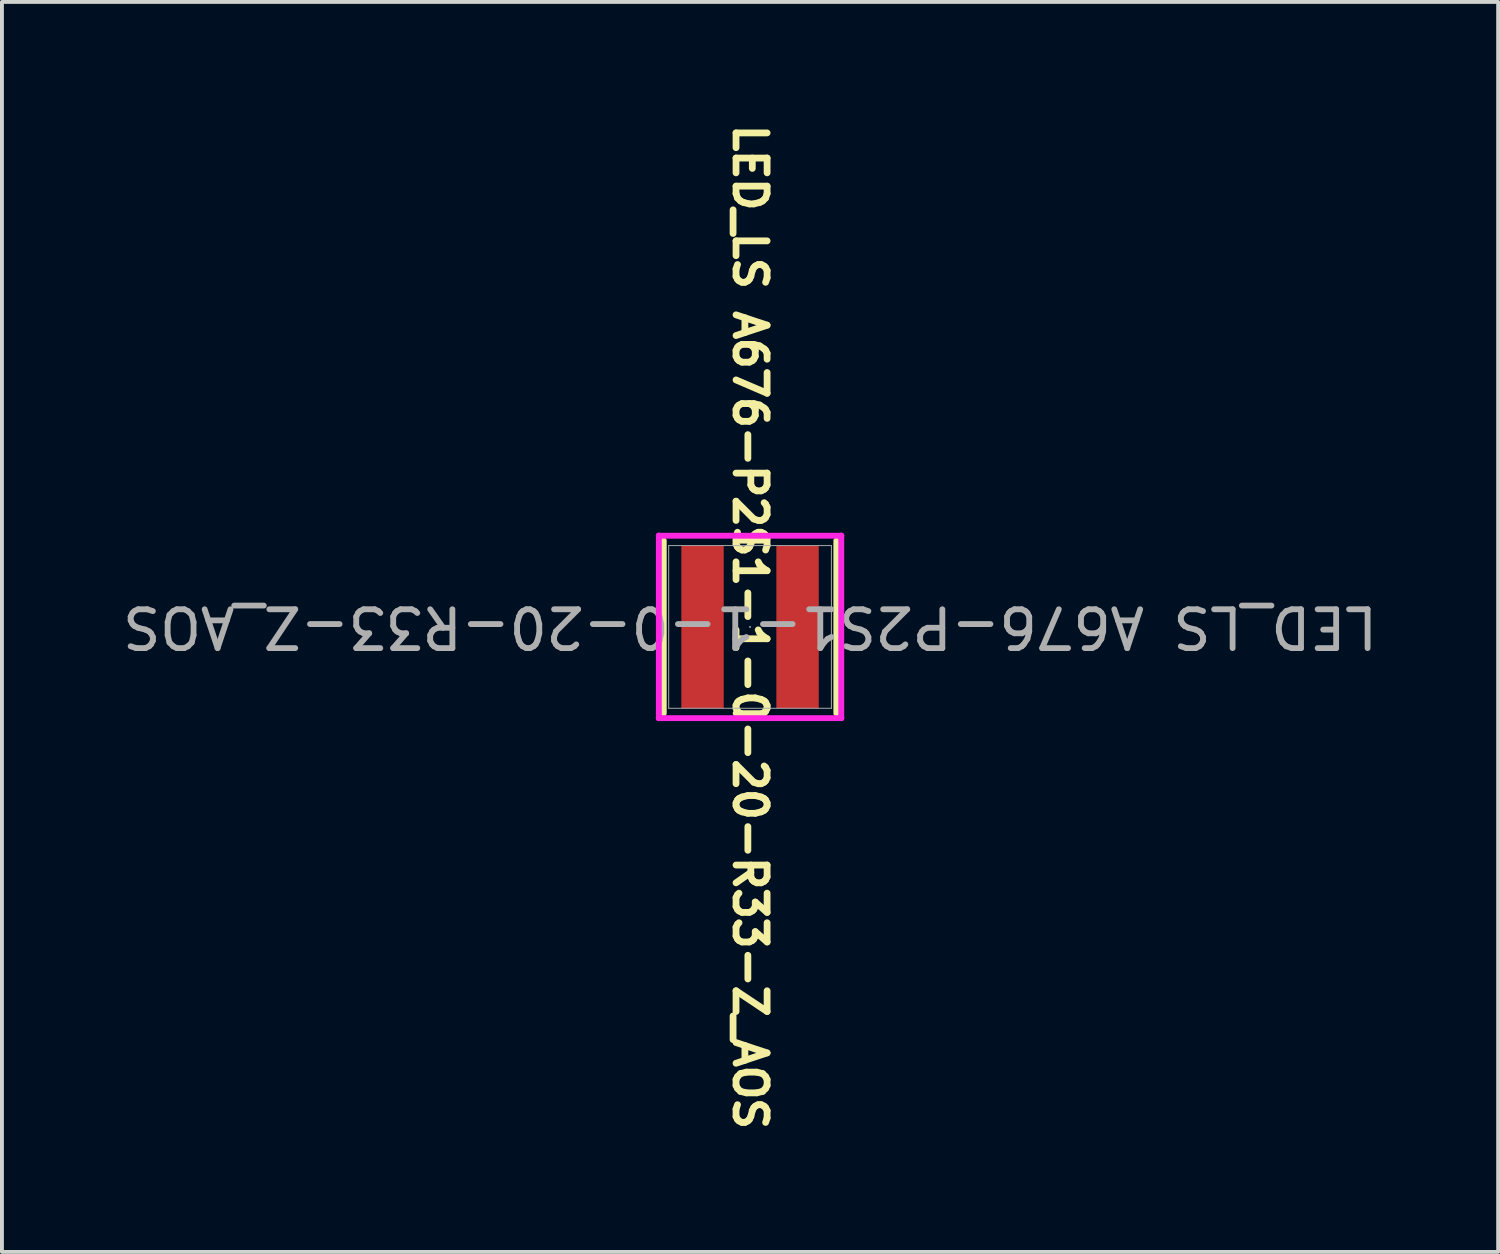
<source format=kicad_pcb>
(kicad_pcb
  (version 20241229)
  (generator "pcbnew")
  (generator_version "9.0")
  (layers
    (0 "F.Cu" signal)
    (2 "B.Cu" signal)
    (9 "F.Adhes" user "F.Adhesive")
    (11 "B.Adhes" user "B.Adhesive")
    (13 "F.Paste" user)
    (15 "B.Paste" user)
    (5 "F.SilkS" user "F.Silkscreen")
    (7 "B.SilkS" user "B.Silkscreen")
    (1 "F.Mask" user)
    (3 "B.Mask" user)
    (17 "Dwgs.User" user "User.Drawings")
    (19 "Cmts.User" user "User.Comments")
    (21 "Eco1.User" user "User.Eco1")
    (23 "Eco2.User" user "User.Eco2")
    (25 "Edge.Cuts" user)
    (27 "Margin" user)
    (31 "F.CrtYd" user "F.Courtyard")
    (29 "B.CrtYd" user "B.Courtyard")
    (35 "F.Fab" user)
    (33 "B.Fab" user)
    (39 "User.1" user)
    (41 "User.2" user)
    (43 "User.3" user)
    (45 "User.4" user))
  (footprint "LED_LS A676-P2S1-1-0-20-R33-Z_AOS"
    (layer "F.Cu")
    (at 16.268 13.097)
    (property "Reference" "LED_LS A676-P2S1-1-0-20-R33-Z_AOS" (at 0 0 270) (unlocked yes) (layer "F.SilkS") (effects (font (size 0.8 0.8) (thickness 0.175) (bold yes))))
    (attr smd)
    (fp_line (start -2.223 -2.223) (end -2.223 2.223) (stroke (width 0.152) (type solid)) (layer "F.SilkS"))
    (fp_line (start -0.37 2.223) (end 0.37 2.223) (stroke (width 0.152) (type solid)) (layer "F.SilkS"))
    (fp_line (start 0.37 -2.223) (end -0.37 -2.223) (stroke (width 0.152) (type solid)) (layer "F.SilkS"))
    (fp_line (start 2.223 2.223) (end 2.223 -2.223) (stroke (width 0.152) (type solid)) (layer "F.SilkS"))
    (fp_line (start -2.349 -2.349) (end -2.349 -2.349) (stroke (width 0.152) (type solid)) (layer "F.CrtYd"))
    (fp_line (start -2.349 -2.349) (end -2.349 -2.349) (stroke (width 0.152) (type solid)) (layer "F.CrtYd"))
    (fp_line (start -2.349 -2.349) (end 2.349 -2.349) (stroke (width 0.152) (type solid)) (layer "F.CrtYd"))
    (fp_line (start -2.349 2.349) (end -2.349 -2.349) (stroke (width 0.152) (type solid)) (layer "F.CrtYd"))
    (fp_line (start -2.349 2.349) (end -2.349 2.349) (stroke (width 0.152) (type solid)) (layer "F.CrtYd"))
    (fp_line (start -2.349 2.349) (end -2.349 2.349) (stroke (width 0.152) (type solid)) (layer "F.CrtYd"))
    (fp_line (start 2.349 -2.349) (end 2.349 -2.349) (stroke (width 0.152) (type solid)) (layer "F.CrtYd"))
    (fp_line (start 2.349 -2.349) (end 2.349 -2.349) (stroke (width 0.152) (type solid)) (layer "F.CrtYd"))
    (fp_line (start 2.349 -2.349) (end 2.349 2.349) (stroke (width 0.152) (type solid)) (layer "F.CrtYd"))
    (fp_line (start 2.349 2.349) (end -2.349 2.349) (stroke (width 0.152) (type solid)) (layer "F.CrtYd"))
    (fp_line (start 2.349 2.349) (end 2.349 2.349) (stroke (width 0.152) (type solid)) (layer "F.CrtYd"))
    (fp_line (start 2.349 2.349) (end 2.349 2.349) (stroke (width 0.152) (type solid)) (layer "F.CrtYd"))
    (fp_line (start -2.095 -2.095) (end -2.095 2.095) (stroke (width 0.025) (type solid)) (layer "F.Fab"))
    (fp_line (start -2.095 2.095) (end 2.095 2.095) (stroke (width 0.025) (type solid)) (layer "F.Fab"))
    (fp_line (start 2.095 -2.095) (end -2.095 -2.095) (stroke (width 0.025) (type solid)) (layer "F.Fab"))
    (fp_line (start 2.095 2.095) (end 2.095 -2.095) (stroke (width 0.025) (type solid)) (layer "F.Fab"))
    (fp_circle (center 0 0) (end 0 0) (stroke (width 0.025) (type solid)) (fill no) (layer "F.Fab"))
    (fp_text user "${REFERENCE}" (at 0 0 180) (unlocked yes) (layer "F.Fab") (effects (font (size 1 1) (thickness 0.15))))
    (pad "1" smd rect (at -1.224 0 180) (size 1.092 4.191) (layers "F.Cu" "F.Mask" "F.Paste"))
    (pad "2" smd rect (at 1.224 0 180) (size 1.092 4.191) (layers "F.Cu" "F.Mask" "F.Paste")))
  (gr_rect
    (start -3 -3)
    (end 35.536 29.194)
    (stroke (width 0.1) (type default))
    (fill no)
    (layer "Edge.Cuts")))
</source>
